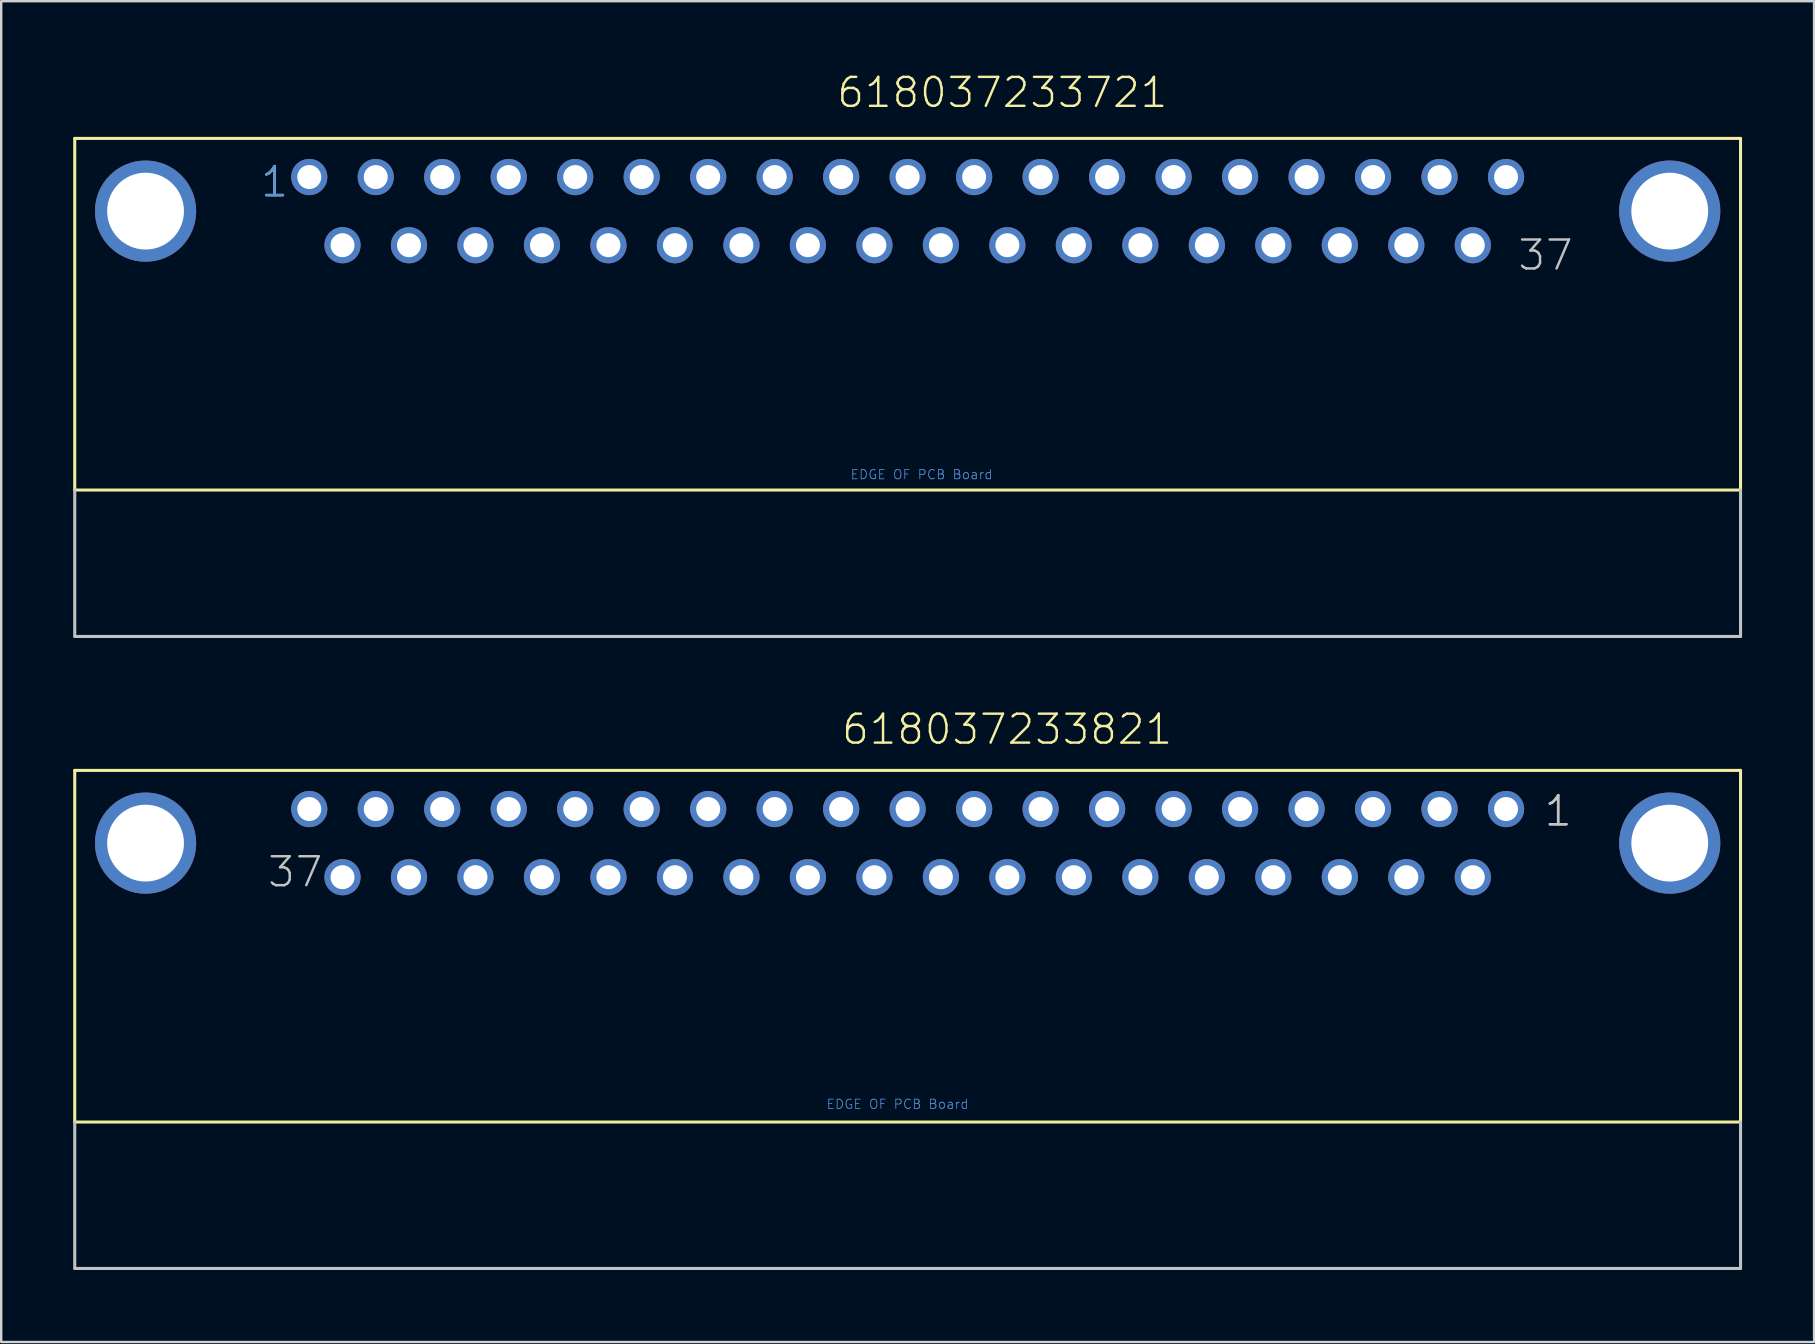
<source format=kicad_pcb>
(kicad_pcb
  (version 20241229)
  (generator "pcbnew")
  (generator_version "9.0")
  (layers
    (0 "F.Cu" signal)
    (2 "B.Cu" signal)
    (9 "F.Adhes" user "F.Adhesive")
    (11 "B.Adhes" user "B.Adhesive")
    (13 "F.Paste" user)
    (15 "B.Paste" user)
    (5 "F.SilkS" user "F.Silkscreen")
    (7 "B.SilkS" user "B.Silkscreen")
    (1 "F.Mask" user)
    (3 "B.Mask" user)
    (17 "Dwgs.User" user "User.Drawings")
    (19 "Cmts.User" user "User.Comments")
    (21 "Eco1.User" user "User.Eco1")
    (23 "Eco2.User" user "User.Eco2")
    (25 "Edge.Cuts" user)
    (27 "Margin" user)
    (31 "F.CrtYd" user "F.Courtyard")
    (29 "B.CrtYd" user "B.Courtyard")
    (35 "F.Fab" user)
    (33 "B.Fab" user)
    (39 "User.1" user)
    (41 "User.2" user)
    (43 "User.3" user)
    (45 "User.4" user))
  (footprint "618037233821"
    (layer "F.Cu")
    (at 34.764 32.076)
    (property "Reference" "618037233821" (at -2.815 -4.035 0) (layer "F.SilkS") (effects (font (size 1.206 1.206) (thickness 0.102)) (justify left bottom)))
    (attr through_hole)
    (fp_line (start -34.7 -3.03) (end 34.7 -3.03) (stroke (width 0.127) (type solid)) (layer "F.SilkS"))
    (fp_line (start -34.7 11.62) (end -34.7 -3.03) (stroke (width 0.127) (type solid)) (layer "F.SilkS"))
    (fp_line (start 34.7 -3.03) (end 34.7 11.62) (stroke (width 0.127) (type solid)) (layer "F.SilkS"))
    (fp_line (start 34.7 11.62) (end -34.7 11.62) (stroke (width 0.127) (type solid)) (layer "F.SilkS"))
    (fp_line (start -34.7 17.72) (end -34.7 11.62) (stroke (width 0.127) (type solid)) (layer "Dwgs.User"))
    (fp_line (start 34.7 11.62) (end 34.7 17.72) (stroke (width 0.127) (type solid)) (layer "Dwgs.User"))
    (fp_line (start 34.7 17.72) (end -34.7 17.72) (stroke (width 0.127) (type solid)) (layer "Dwgs.User"))
    (fp_text user "1" (at 26.46 -0.635 0) (layer "F.SilkS") (effects (font (size 1.206 1.206) (thickness 0.102)) (justify left bottom)))
    (fp_text user "37" (at -26.73 1.905 0) (layer "Dwgs.User") (effects (font (size 1.206 1.206) (thickness 0.102)) (justify left bottom)))
    (fp_text user "1" (at 26.46 -0.635 0) (layer "Dwgs.User") (effects (font (size 1.206 1.206) (thickness 0.102)) (justify left bottom)))
    (fp_text user "EDGE OF PCB Board" (at -3.4 11.1 0) (layer "Cmts.User") (effects (font (size 0.386 0.386) (thickness 0.033)) (justify left bottom)))
    (pad "1" thru_hole circle (at 24.93 -1.42) (size 1.508 1.508) (drill 1) (layers "*.Cu" "*.Mask"))
    (pad "2" thru_hole circle (at 22.16 -1.42) (size 1.508 1.508) (drill 1) (layers "*.Cu" "*.Mask"))
    (pad "3" thru_hole circle (at 19.39 -1.42) (size 1.508 1.508) (drill 1) (layers "*.Cu" "*.Mask"))
    (pad "4" thru_hole circle (at 16.62 -1.42) (size 1.508 1.508) (drill 1) (layers "*.Cu" "*.Mask"))
    (pad "5" thru_hole circle (at 13.85 -1.42) (size 1.508 1.508) (drill 1) (layers "*.Cu" "*.Mask"))
    (pad "6" thru_hole circle (at 11.08 -1.42) (size 1.508 1.508) (drill 1) (layers "*.Cu" "*.Mask"))
    (pad "7" thru_hole circle (at 8.31 -1.42) (size 1.508 1.508) (drill 1) (layers "*.Cu" "*.Mask"))
    (pad "8" thru_hole circle (at 5.54 -1.42) (size 1.508 1.508) (drill 1) (layers "*.Cu" "*.Mask"))
    (pad "9" thru_hole circle (at 2.77 -1.42) (size 1.508 1.508) (drill 1) (layers "*.Cu" "*.Mask"))
    (pad "10" thru_hole circle (at 0 -1.42) (size 1.508 1.508) (drill 1) (layers "*.Cu" "*.Mask"))
    (pad "11" thru_hole circle (at -2.77 -1.42) (size 1.508 1.508) (drill 1) (layers "*.Cu" "*.Mask"))
    (pad "12" thru_hole circle (at -5.54 -1.42) (size 1.508 1.508) (drill 1) (layers "*.Cu" "*.Mask"))
    (pad "13" thru_hole circle (at -8.31 -1.42) (size 1.508 1.508) (drill 1) (layers "*.Cu" "*.Mask"))
    (pad "14" thru_hole circle (at -11.08 -1.42) (size 1.508 1.508) (drill 1) (layers "*.Cu" "*.Mask"))
    (pad "15" thru_hole circle (at -13.85 -1.42) (size 1.508 1.508) (drill 1) (layers "*.Cu" "*.Mask"))
    (pad "16" thru_hole circle (at -16.62 -1.42) (size 1.508 1.508) (drill 1) (layers "*.Cu" "*.Mask"))
    (pad "17" thru_hole circle (at -19.39 -1.42) (size 1.508 1.508) (drill 1) (layers "*.Cu" "*.Mask"))
    (pad "18" thru_hole circle (at -22.16 -1.42) (size 1.508 1.508) (drill 1) (layers "*.Cu" "*.Mask"))
    (pad "19" thru_hole circle (at -24.93 -1.42) (size 1.508 1.508) (drill 1) (layers "*.Cu" "*.Mask"))
    (pad "20" thru_hole circle (at 23.545 1.42) (size 1.508 1.508) (drill 1) (layers "*.Cu" "*.Mask"))
    (pad "21" thru_hole circle (at 20.775 1.42) (size 1.508 1.508) (drill 1) (layers "*.Cu" "*.Mask"))
    (pad "22" thru_hole circle (at 18.005 1.42) (size 1.508 1.508) (drill 1) (layers "*.Cu" "*.Mask"))
    (pad "23" thru_hole circle (at 15.235 1.42) (size 1.508 1.508) (drill 1) (layers "*.Cu" "*.Mask"))
    (pad "24" thru_hole circle (at 12.465 1.42) (size 1.508 1.508) (drill 1) (layers "*.Cu" "*.Mask"))
    (pad "25" thru_hole circle (at 9.695 1.42) (size 1.508 1.508) (drill 1) (layers "*.Cu" "*.Mask"))
    (pad "26" thru_hole circle (at 6.925 1.42) (size 1.508 1.508) (drill 1) (layers "*.Cu" "*.Mask"))
    (pad "27" thru_hole circle (at 4.155 1.42) (size 1.508 1.508) (drill 1) (layers "*.Cu" "*.Mask"))
    (pad "28" thru_hole circle (at 1.385 1.42) (size 1.508 1.508) (drill 1) (layers "*.Cu" "*.Mask"))
    (pad "29" thru_hole circle (at -1.385 1.42) (size 1.508 1.508) (drill 1) (layers "*.Cu" "*.Mask"))
    (pad "30" thru_hole circle (at -4.155 1.42) (size 1.508 1.508) (drill 1) (layers "*.Cu" "*.Mask"))
    (pad "31" thru_hole circle (at -6.925 1.42) (size 1.508 1.508) (drill 1) (layers "*.Cu" "*.Mask"))
    (pad "32" thru_hole circle (at -9.695 1.42) (size 1.508 1.508) (drill 1) (layers "*.Cu" "*.Mask"))
    (pad "33" thru_hole circle (at -12.465 1.42) (size 1.508 1.508) (drill 1) (layers "*.Cu" "*.Mask"))
    (pad "34" thru_hole circle (at -15.235 1.42) (size 1.508 1.508) (drill 1) (layers "*.Cu" "*.Mask"))
    (pad "35" thru_hole circle (at -18.005 1.42) (size 1.508 1.508) (drill 1) (layers "*.Cu" "*.Mask"))
    (pad "36" thru_hole circle (at -20.775 1.42) (size 1.508 1.508) (drill 1) (layers "*.Cu" "*.Mask"))
    (pad "37" thru_hole circle (at -23.545 1.42) (size 1.508 1.508) (drill 1) (layers "*.Cu" "*.Mask"))
    (pad "SHEL" thru_hole circle (at -31.75 0) (size 4.216 4.216) (drill 3.2) (layers "*.Cu" "*.Mask"))
    (pad "SHEL" thru_hole circle (at 31.75 0) (size 4.216 4.216) (drill 3.2) (layers "*.Cu" "*.Mask")))
  (footprint "618037233721"
    (layer "F.Cu")
    (at 34.764 5.746)
    (property "Reference" "618037233721" (at -3.015 -4.235 0) (layer "F.SilkS") (effects (font (size 1.206 1.206) (thickness 0.102)) (justify left bottom)))
    (attr through_hole)
    (fp_line (start -34.7 -3.03) (end 34.7 -3.03) (stroke (width 0.127) (type solid)) (layer "F.SilkS"))
    (fp_line (start -34.7 11.62) (end -34.7 -3.03) (stroke (width 0.127) (type solid)) (layer "F.SilkS"))
    (fp_line (start 34.7 -3.03) (end 34.7 11.62) (stroke (width 0.127) (type solid)) (layer "F.SilkS"))
    (fp_line (start 34.7 11.62) (end -34.7 11.62) (stroke (width 0.127) (type solid)) (layer "F.SilkS"))
    (fp_line (start -34.7 17.72) (end -34.7 11.62) (stroke (width 0.127) (type solid)) (layer "Dwgs.User"))
    (fp_line (start 34.7 11.62) (end 34.7 17.72) (stroke (width 0.127) (type solid)) (layer "Dwgs.User"))
    (fp_line (start 34.7 17.72) (end -34.7 17.72) (stroke (width 0.127) (type solid)) (layer "Dwgs.User"))
    (fp_text user "1" (at -27.015 -0.515 0) (layer "F.SilkS") (effects (font (size 1.206 1.206) (thickness 0.102)) (justify left bottom)))
    (fp_text user "37" (at 25.36 2.54 0) (layer "Dwgs.User") (effects (font (size 1.206 1.206) (thickness 0.102)) (justify left bottom)))
    (fp_text user "1" (at -27.015 -0.515 0) (layer "Cmts.User") (effects (font (size 1.206 1.206) (thickness 0.102)) (justify left bottom)))
    (fp_text user "EDGE OF PCB Board" (at -2.4 11.2 0) (layer "Cmts.User") (effects (font (size 0.386 0.386) (thickness 0.033)) (justify left bottom)))
    (pad "1" thru_hole circle (at -24.93 -1.42) (size 1.508 1.508) (drill 1) (layers "*.Cu" "*.Mask"))
    (pad "2" thru_hole circle (at -22.16 -1.42) (size 1.508 1.508) (drill 1) (layers "*.Cu" "*.Mask"))
    (pad "3" thru_hole circle (at -19.39 -1.42) (size 1.508 1.508) (drill 1) (layers "*.Cu" "*.Mask"))
    (pad "4" thru_hole circle (at -16.62 -1.42) (size 1.508 1.508) (drill 1) (layers "*.Cu" "*.Mask"))
    (pad "5" thru_hole circle (at -13.85 -1.42) (size 1.508 1.508) (drill 1) (layers "*.Cu" "*.Mask"))
    (pad "6" thru_hole circle (at -11.08 -1.42) (size 1.508 1.508) (drill 1) (layers "*.Cu" "*.Mask"))
    (pad "7" thru_hole circle (at -8.31 -1.42) (size 1.508 1.508) (drill 1) (layers "*.Cu" "*.Mask"))
    (pad "8" thru_hole circle (at -5.54 -1.42) (size 1.508 1.508) (drill 1) (layers "*.Cu" "*.Mask"))
    (pad "9" thru_hole circle (at -2.77 -1.42) (size 1.508 1.508) (drill 1) (layers "*.Cu" "*.Mask"))
    (pad "10" thru_hole circle (at 0 -1.42) (size 1.508 1.508) (drill 1) (layers "*.Cu" "*.Mask"))
    (pad "11" thru_hole circle (at 2.77 -1.42) (size 1.508 1.508) (drill 1) (layers "*.Cu" "*.Mask"))
    (pad "12" thru_hole circle (at 5.54 -1.42) (size 1.508 1.508) (drill 1) (layers "*.Cu" "*.Mask"))
    (pad "13" thru_hole circle (at 8.31 -1.42) (size 1.508 1.508) (drill 1) (layers "*.Cu" "*.Mask"))
    (pad "14" thru_hole circle (at 11.08 -1.42) (size 1.508 1.508) (drill 1) (layers "*.Cu" "*.Mask"))
    (pad "15" thru_hole circle (at 13.85 -1.42) (size 1.508 1.508) (drill 1) (layers "*.Cu" "*.Mask"))
    (pad "16" thru_hole circle (at 16.62 -1.42) (size 1.508 1.508) (drill 1) (layers "*.Cu" "*.Mask"))
    (pad "17" thru_hole circle (at 19.39 -1.42) (size 1.508 1.508) (drill 1) (layers "*.Cu" "*.Mask"))
    (pad "18" thru_hole circle (at 22.16 -1.42) (size 1.508 1.508) (drill 1) (layers "*.Cu" "*.Mask"))
    (pad "19" thru_hole circle (at 24.93 -1.42) (size 1.508 1.508) (drill 1) (layers "*.Cu" "*.Mask"))
    (pad "20" thru_hole circle (at -23.545 1.42) (size 1.508 1.508) (drill 1) (layers "*.Cu" "*.Mask"))
    (pad "21" thru_hole circle (at -20.775 1.42) (size 1.508 1.508) (drill 1) (layers "*.Cu" "*.Mask"))
    (pad "22" thru_hole circle (at -18.005 1.42) (size 1.508 1.508) (drill 1) (layers "*.Cu" "*.Mask"))
    (pad "23" thru_hole circle (at -15.235 1.42) (size 1.508 1.508) (drill 1) (layers "*.Cu" "*.Mask"))
    (pad "24" thru_hole circle (at -12.465 1.42) (size 1.508 1.508) (drill 1) (layers "*.Cu" "*.Mask"))
    (pad "25" thru_hole circle (at -9.695 1.42) (size 1.508 1.508) (drill 1) (layers "*.Cu" "*.Mask"))
    (pad "26" thru_hole circle (at -6.925 1.42) (size 1.508 1.508) (drill 1) (layers "*.Cu" "*.Mask"))
    (pad "27" thru_hole circle (at -4.155 1.42) (size 1.508 1.508) (drill 1) (layers "*.Cu" "*.Mask"))
    (pad "28" thru_hole circle (at -1.385 1.42) (size 1.508 1.508) (drill 1) (layers "*.Cu" "*.Mask"))
    (pad "29" thru_hole circle (at 1.385 1.42) (size 1.508 1.508) (drill 1) (layers "*.Cu" "*.Mask"))
    (pad "30" thru_hole circle (at 4.155 1.42) (size 1.508 1.508) (drill 1) (layers "*.Cu" "*.Mask"))
    (pad "31" thru_hole circle (at 6.925 1.42) (size 1.508 1.508) (drill 1) (layers "*.Cu" "*.Mask"))
    (pad "32" thru_hole circle (at 9.695 1.42) (size 1.508 1.508) (drill 1) (layers "*.Cu" "*.Mask"))
    (pad "33" thru_hole circle (at 12.465 1.42) (size 1.508 1.508) (drill 1) (layers "*.Cu" "*.Mask"))
    (pad "34" thru_hole circle (at 15.235 1.42) (size 1.508 1.508) (drill 1) (layers "*.Cu" "*.Mask"))
    (pad "35" thru_hole circle (at 18.005 1.42) (size 1.508 1.508) (drill 1) (layers "*.Cu" "*.Mask"))
    (pad "36" thru_hole circle (at 20.775 1.42) (size 1.508 1.508) (drill 1) (layers "*.Cu" "*.Mask"))
    (pad "37" thru_hole circle (at 23.545 1.42) (size 1.508 1.508) (drill 1) (layers "*.Cu" "*.Mask"))
    (pad "SHEL" thru_hole circle (at -31.75 0) (size 4.216 4.216) (drill 3.2) (layers "*.Cu" "*.Mask"))
    (pad "SHEL" thru_hole circle (at 31.75 0) (size 4.216 4.216) (drill 3.2) (layers "*.Cu" "*.Mask")))
  (gr_rect
    (start -3 -3)
    (end 72.527 52.86)
    (stroke (width 0.1) (type default))
    (fill no)
    (layer "Edge.Cuts")))
</source>
